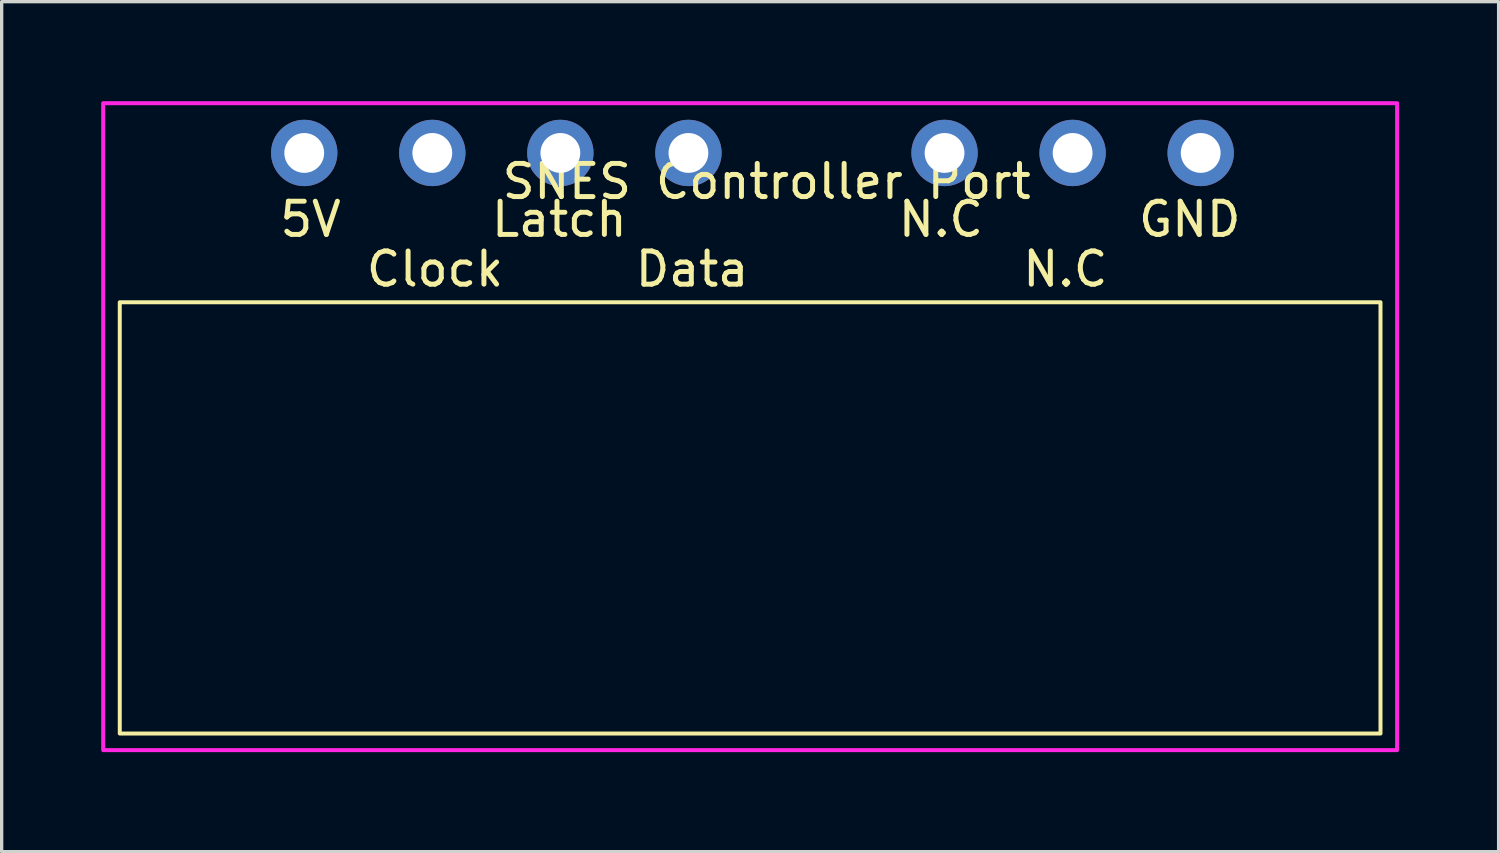
<source format=kicad_pcb>
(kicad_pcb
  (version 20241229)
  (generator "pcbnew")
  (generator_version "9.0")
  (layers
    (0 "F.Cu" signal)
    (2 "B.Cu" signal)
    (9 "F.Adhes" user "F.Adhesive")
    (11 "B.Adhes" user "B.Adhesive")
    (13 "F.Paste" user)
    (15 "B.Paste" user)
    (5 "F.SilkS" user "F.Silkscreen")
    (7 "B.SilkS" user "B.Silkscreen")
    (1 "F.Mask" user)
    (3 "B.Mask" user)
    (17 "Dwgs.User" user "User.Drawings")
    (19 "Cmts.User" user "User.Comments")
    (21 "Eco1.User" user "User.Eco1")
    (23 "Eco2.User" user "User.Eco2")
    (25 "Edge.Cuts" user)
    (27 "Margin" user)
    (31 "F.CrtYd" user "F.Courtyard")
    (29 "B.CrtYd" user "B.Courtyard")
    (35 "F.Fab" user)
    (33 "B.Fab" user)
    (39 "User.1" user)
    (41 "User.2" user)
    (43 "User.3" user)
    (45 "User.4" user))
  (footprint "SNES Controller Port"
    (layer "F.Cu")
    (at 21.56 1.56)
    (property "Reference" "SNES Controller Port" (at -1.5 0.86 0) (unlocked yes) (layer "F.SilkS") (effects (font (size 1 1) (thickness 0.15))))
    (attr through_hole)
    (fp_rect (start -21 4.5) (end 17 17.5) (stroke (width 0.12) (type solid)) (fill no) (layer "F.SilkS"))
    (fp_rect (start -21.5 -1.5) (end 17.5 18) (stroke (width 0.12) (type solid)) (fill no) (layer "F.CrtYd"))
    (fp_text user "Clock" (at -11.5 3.5 0) (unlocked yes) (layer "F.SilkS") (effects (font (size 1 1) (thickness 0.15))))
    (fp_text user "GND" (at 11.25 2 0) (unlocked yes) (layer "F.SilkS") (effects (font (size 1 1) (thickness 0.15))))
    (fp_text user "N.C" (at 3.75 2 0) (unlocked yes) (layer "F.SilkS") (effects (font (size 1 1) (thickness 0.15))))
    (fp_text user "5V" (at -15.25 2 0) (unlocked yes) (layer "F.SilkS") (effects (font (size 1 1) (thickness 0.15))))
    (fp_text user "Latch" (at -7.75 2 0) (unlocked yes) (layer "F.SilkS") (effects (font (size 1 1) (thickness 0.15))))
    (fp_text user "Data" (at -3.75 3.5 0) (unlocked yes) (layer "F.SilkS") (effects (font (size 1 1) (thickness 0.15))))
    (fp_text user "N.C" (at 7.5 3.5 0) (unlocked yes) (layer "F.SilkS") (effects (font (size 1 1) (thickness 0.15))))
    (pad "1" thru_hole circle (at 11.58 0 180) (size 2 2) (drill 1.2) (layers "*.Cu" "*.Mask"))
    (pad "2" thru_hole circle (at 7.72 0 180) (size 2 2) (drill 1.2) (layers "*.Cu" "*.Mask"))
    (pad "3" thru_hole circle (at 3.86 0 180) (size 2 2) (drill 1.2) (layers "*.Cu" "*.Mask"))
    (pad "4" thru_hole circle (at -3.86 0 180) (size 2 2) (drill 1.2) (layers "*.Cu" "*.Mask"))
    (pad "5" thru_hole circle (at -7.72 0 180) (size 2 2) (drill 1.2) (layers "*.Cu" "*.Mask"))
    (pad "6" thru_hole circle (at -11.58 0 180) (size 2 2) (drill 1.2) (layers "*.Cu" "*.Mask"))
    (pad "7" thru_hole circle (at -15.44 0 180) (size 2 2) (drill 1.2) (layers "*.Cu" "*.Mask")))
  (gr_rect
    (start -3 -3)
    (end 42.12 22.62)
    (stroke (width 0.1) (type default))
    (fill no)
    (layer "Edge.Cuts")))
</source>
